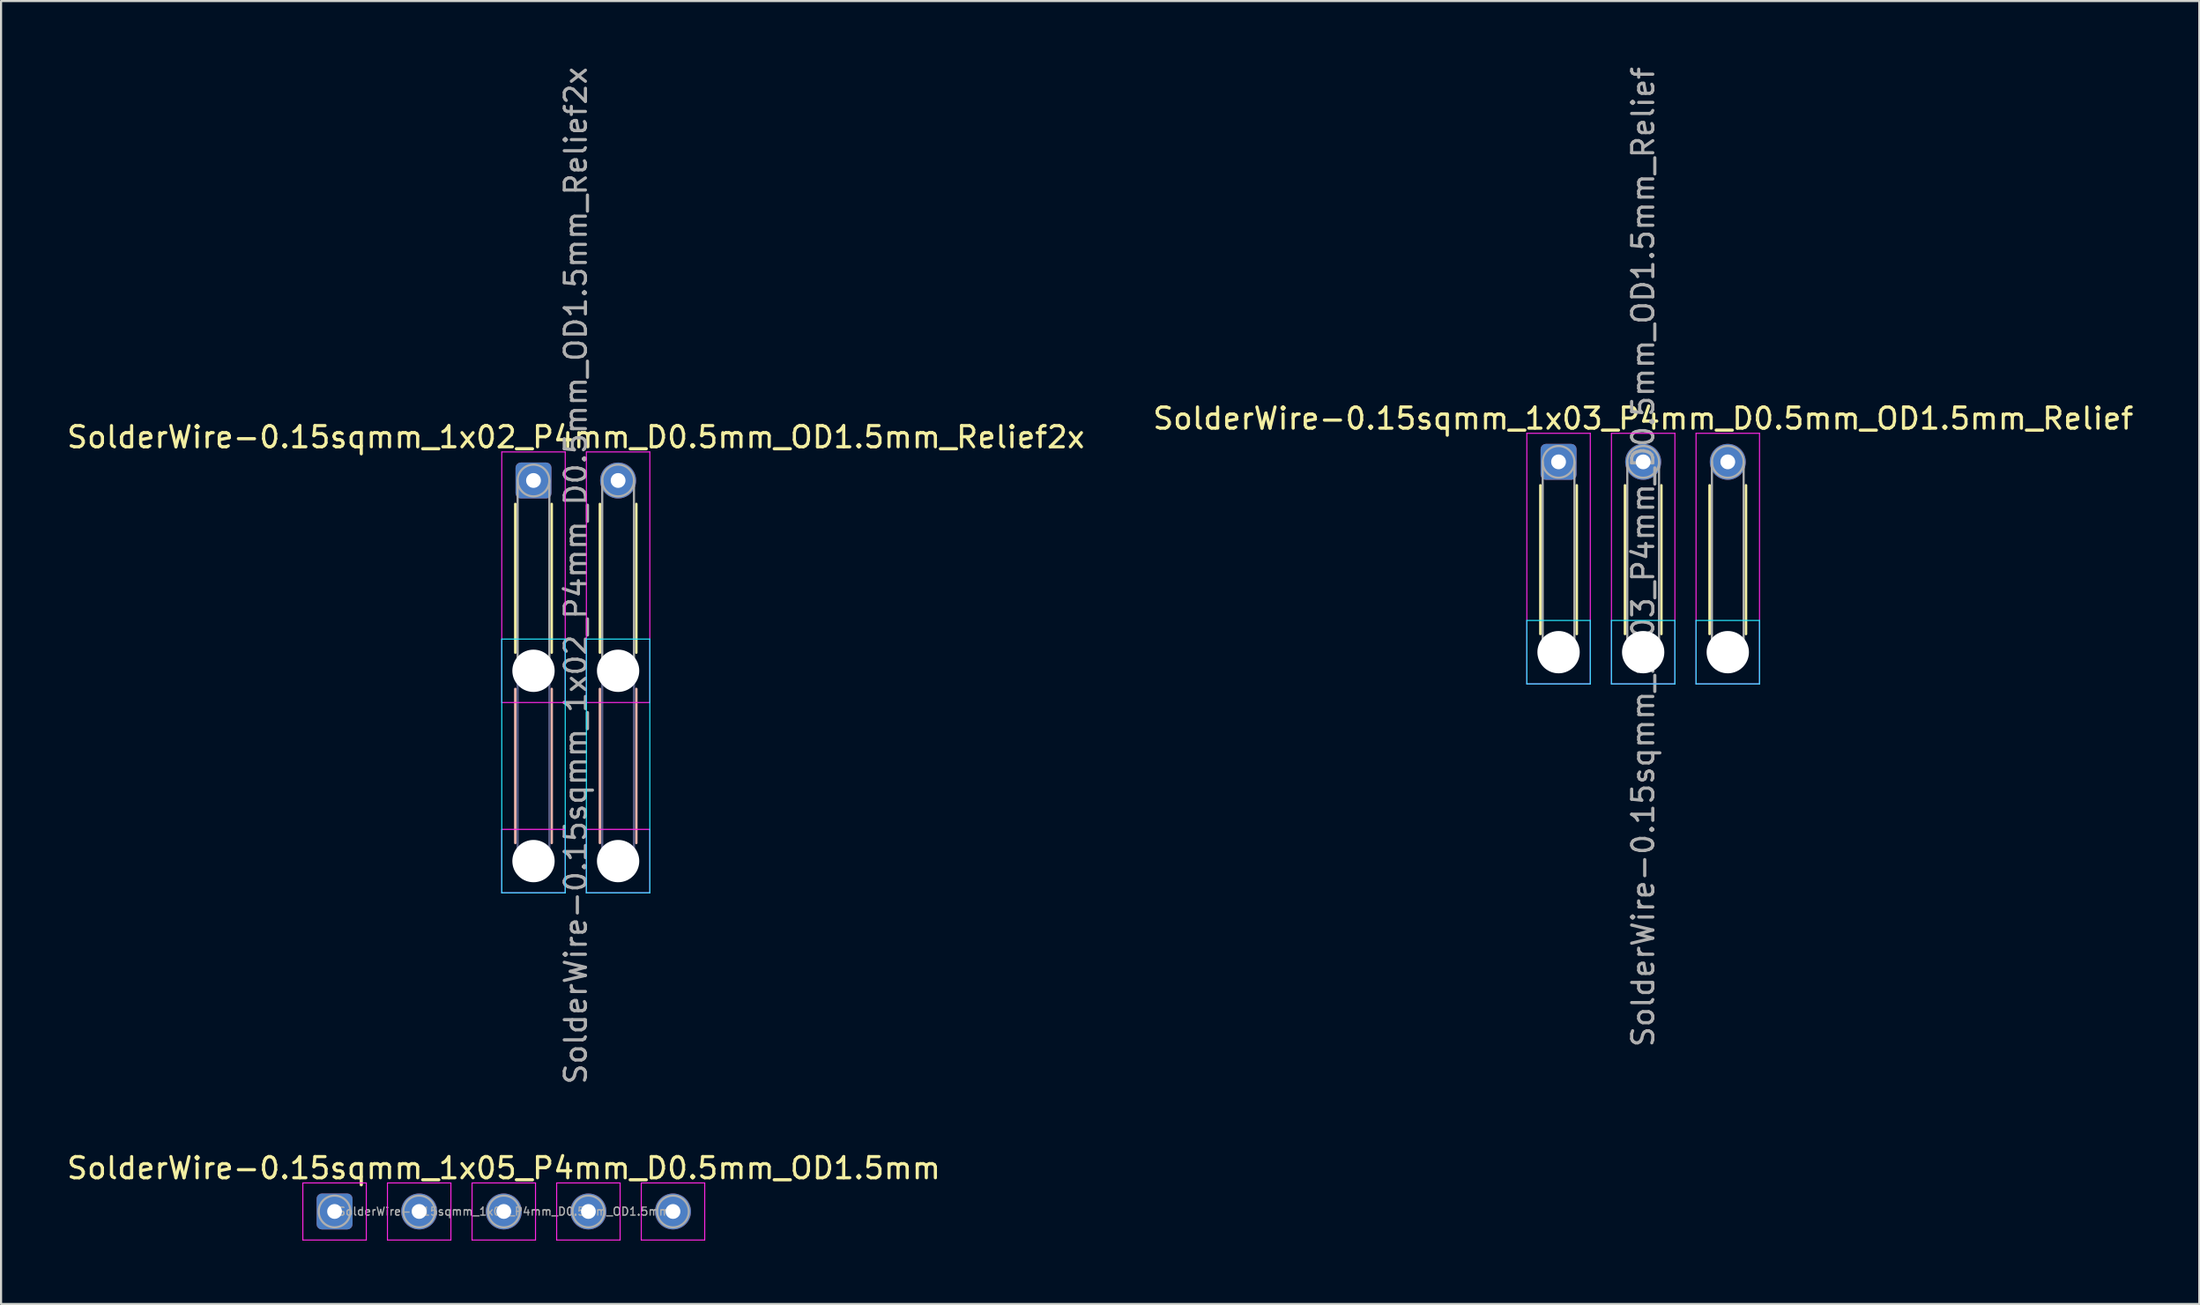
<source format=kicad_pcb>
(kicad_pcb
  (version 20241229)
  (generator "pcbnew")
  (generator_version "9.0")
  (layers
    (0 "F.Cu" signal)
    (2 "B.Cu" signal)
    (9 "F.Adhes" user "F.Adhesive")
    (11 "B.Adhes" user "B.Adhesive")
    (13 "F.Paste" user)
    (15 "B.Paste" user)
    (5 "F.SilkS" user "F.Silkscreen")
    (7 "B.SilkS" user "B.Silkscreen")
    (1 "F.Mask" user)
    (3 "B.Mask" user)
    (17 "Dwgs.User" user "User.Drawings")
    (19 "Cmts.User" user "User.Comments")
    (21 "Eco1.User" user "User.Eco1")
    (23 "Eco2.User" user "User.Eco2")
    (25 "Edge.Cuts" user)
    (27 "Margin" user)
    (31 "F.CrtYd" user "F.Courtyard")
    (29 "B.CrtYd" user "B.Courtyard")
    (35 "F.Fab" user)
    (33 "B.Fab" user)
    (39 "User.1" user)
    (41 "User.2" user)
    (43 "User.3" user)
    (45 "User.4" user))
  (footprint "SolderWire-0.15sqmm_1x02_P4mm_D0.5mm_OD1.5mm_Relief2x"
    (layer "F.Cu")
    (at 22.173 19.673)
    (property "Reference" "SolderWire-0.15sqmm_1x02_P4mm_D0.5mm_OD1.5mm_Relief2x" (at 2 -2.05 0) (layer "F.SilkS") (effects (font (size 1 1) (thickness 0.15))))
    (attr exclude_from_pos_files exclude_from_bom)
    (fp_line (start -0.86 1.11) (end -0.86 8.14) (stroke (width 0.12) (type solid)) (layer "F.SilkS"))
    (fp_line (start 0.86 1.11) (end 0.86 8.14) (stroke (width 0.12) (type solid)) (layer "F.SilkS"))
    (fp_line (start 3.14 1.11) (end 3.14 8.14) (stroke (width 0.12) (type solid)) (layer "F.SilkS"))
    (fp_line (start 4.86 1.11) (end 4.86 8.14) (stroke (width 0.12) (type solid)) (layer "F.SilkS"))
    (fp_line (start -0.86 9.86) (end -0.86 17.14) (stroke (width 0.12) (type solid)) (layer "B.SilkS"))
    (fp_line (start 0.86 9.86) (end 0.86 17.14) (stroke (width 0.12) (type solid)) (layer "B.SilkS"))
    (fp_line (start 3.14 9.86) (end 3.14 17.14) (stroke (width 0.12) (type solid)) (layer "B.SilkS"))
    (fp_line (start 4.86 9.86) (end 4.86 17.14) (stroke (width 0.12) (type solid)) (layer "B.SilkS"))
    (fp_line (start -1.5 7.5) (end -1.5 19.5) (stroke (width 0.05) (type solid)) (layer "B.CrtYd"))
    (fp_line (start -1.5 19.5) (end 1.5 19.5) (stroke (width 0.05) (type solid)) (layer "B.CrtYd"))
    (fp_line (start 1.5 7.5) (end -1.5 7.5) (stroke (width 0.05) (type solid)) (layer "B.CrtYd"))
    (fp_line (start 1.5 19.5) (end 1.5 7.5) (stroke (width 0.05) (type solid)) (layer "B.CrtYd"))
    (fp_line (start 2.5 7.5) (end 2.5 19.5) (stroke (width 0.05) (type solid)) (layer "B.CrtYd"))
    (fp_line (start 2.5 19.5) (end 5.5 19.5) (stroke (width 0.05) (type solid)) (layer "B.CrtYd"))
    (fp_line (start 5.5 7.5) (end 2.5 7.5) (stroke (width 0.05) (type solid)) (layer "B.CrtYd"))
    (fp_line (start 5.5 19.5) (end 5.5 7.5) (stroke (width 0.05) (type solid)) (layer "B.CrtYd"))
    (fp_line (start -1.5 -1.35) (end -1.5 10.5) (stroke (width 0.05) (type solid)) (layer "F.CrtYd"))
    (fp_line (start -1.5 10.5) (end 1.5 10.5) (stroke (width 0.05) (type solid)) (layer "F.CrtYd"))
    (fp_line (start -1.5 16.5) (end -1.5 19.5) (stroke (width 0.05) (type solid)) (layer "F.CrtYd"))
    (fp_line (start -1.5 19.5) (end 1.5 19.5) (stroke (width 0.05) (type solid)) (layer "F.CrtYd"))
    (fp_line (start 1.5 -1.35) (end -1.5 -1.35) (stroke (width 0.05) (type solid)) (layer "F.CrtYd"))
    (fp_line (start 1.5 10.5) (end 1.5 -1.35) (stroke (width 0.05) (type solid)) (layer "F.CrtYd"))
    (fp_line (start 1.5 16.5) (end -1.5 16.5) (stroke (width 0.05) (type solid)) (layer "F.CrtYd"))
    (fp_line (start 1.5 19.5) (end 1.5 16.5) (stroke (width 0.05) (type solid)) (layer "F.CrtYd"))
    (fp_line (start 2.5 -1.35) (end 2.5 10.5) (stroke (width 0.05) (type solid)) (layer "F.CrtYd"))
    (fp_line (start 2.5 10.5) (end 5.5 10.5) (stroke (width 0.05) (type solid)) (layer "F.CrtYd"))
    (fp_line (start 2.5 16.5) (end 2.5 19.5) (stroke (width 0.05) (type solid)) (layer "F.CrtYd"))
    (fp_line (start 2.5 19.5) (end 5.5 19.5) (stroke (width 0.05) (type solid)) (layer "F.CrtYd"))
    (fp_line (start 5.5 -1.35) (end 2.5 -1.35) (stroke (width 0.05) (type solid)) (layer "F.CrtYd"))
    (fp_line (start 5.5 10.5) (end 5.5 -1.35) (stroke (width 0.05) (type solid)) (layer "F.CrtYd"))
    (fp_line (start 5.5 16.5) (end 2.5 16.5) (stroke (width 0.05) (type solid)) (layer "F.CrtYd"))
    (fp_line (start 5.5 19.5) (end 5.5 16.5) (stroke (width 0.05) (type solid)) (layer "F.CrtYd"))
    (fp_line (start -0.75 9) (end -0.75 18) (stroke (width 0.1) (type solid)) (layer "B.Fab"))
    (fp_line (start 0.75 9) (end 0.75 18) (stroke (width 0.1) (type solid)) (layer "B.Fab"))
    (fp_line (start 3.25 9) (end 3.25 18) (stroke (width 0.1) (type solid)) (layer "B.Fab"))
    (fp_line (start 4.75 9) (end 4.75 18) (stroke (width 0.1) (type solid)) (layer "B.Fab"))
    (fp_circle (center 0 9) (end 0.75 9) (stroke (width 0.1) (type solid)) (fill no) (layer "B.Fab"))
    (fp_circle (center 0 18) (end 0.75 18) (stroke (width 0.1) (type solid)) (fill no) (layer "B.Fab"))
    (fp_circle (center 4 9) (end 4.75 9) (stroke (width 0.1) (type solid)) (fill no) (layer "B.Fab"))
    (fp_circle (center 4 18) (end 4.75 18) (stroke (width 0.1) (type solid)) (fill no) (layer "B.Fab"))
    (fp_line (start -0.75 0) (end -0.75 9) (stroke (width 0.1) (type solid)) (layer "F.Fab"))
    (fp_line (start 0.75 0) (end 0.75 9) (stroke (width 0.1) (type solid)) (layer "F.Fab"))
    (fp_line (start 3.25 0) (end 3.25 9) (stroke (width 0.1) (type solid)) (layer "F.Fab"))
    (fp_line (start 4.75 0) (end 4.75 9) (stroke (width 0.1) (type solid)) (layer "F.Fab"))
    (fp_circle (center 0 0) (end 0.75 0) (stroke (width 0.1) (type solid)) (fill no) (layer "F.Fab"))
    (fp_circle (center 0 9) (end 0.75 9) (stroke (width 0.1) (type solid)) (fill no) (layer "F.Fab"))
    (fp_circle (center 0 18) (end 0.75 18) (stroke (width 0.1) (type solid)) (fill no) (layer "F.Fab"))
    (fp_circle (center 4 0) (end 4.75 0) (stroke (width 0.1) (type solid)) (fill no) (layer "F.Fab"))
    (fp_circle (center 4 9) (end 4.75 9) (stroke (width 0.1) (type solid)) (fill no) (layer "F.Fab"))
    (fp_circle (center 4 18) (end 4.75 18) (stroke (width 0.1) (type solid)) (fill no) (layer "F.Fab"))
    (fp_text user "${REFERENCE}" (at 2 4.5 90) (layer "F.Fab") (effects (font (size 1 1) (thickness 0.15))))
    (pad "" np_thru_hole circle (at 0 9) (size 2 2) (drill 2) (layers "*.Cu" "*.Mask"))
    (pad "" np_thru_hole circle (at 0 18) (size 2 2) (drill 2) (layers "*.Cu" "*.Mask"))
    (pad "" np_thru_hole circle (at 4 9) (size 2 2) (drill 2) (layers "*.Cu" "*.Mask"))
    (pad "" np_thru_hole circle (at 4 18) (size 2 2) (drill 2) (layers "*.Cu" "*.Mask"))
    (pad "1" thru_hole roundrect (at 0 0) (size 1.7 1.7) (drill 0.7) (layers "*.Cu" "*.Mask") (roundrect_rratio 0.147))
    (pad "2" thru_hole circle (at 4 0) (size 1.7 1.7) (drill 0.7) (layers "*.Cu" "*.Mask")))
  (footprint "SolderWire-0.15sqmm_1x05_P4mm_D0.5mm_OD1.5mm"
    (layer "F.Cu")
    (at 12.768 54.243)
    (property "Reference" "SolderWire-0.15sqmm_1x05_P4mm_D0.5mm_OD1.5mm" (at 8 -2.05 0) (layer "F.SilkS") (effects (font (size 1 1) (thickness 0.15))))
    (attr exclude_from_pos_files exclude_from_bom)
    (fp_line (start -1.5 -1.35) (end -1.5 1.35) (stroke (width 0.05) (type solid)) (layer "F.CrtYd"))
    (fp_line (start -1.5 1.35) (end 1.5 1.35) (stroke (width 0.05) (type solid)) (layer "F.CrtYd"))
    (fp_line (start 1.5 -1.35) (end -1.5 -1.35) (stroke (width 0.05) (type solid)) (layer "F.CrtYd"))
    (fp_line (start 1.5 1.35) (end 1.5 -1.35) (stroke (width 0.05) (type solid)) (layer "F.CrtYd"))
    (fp_line (start 2.5 -1.35) (end 2.5 1.35) (stroke (width 0.05) (type solid)) (layer "F.CrtYd"))
    (fp_line (start 2.5 1.35) (end 5.5 1.35) (stroke (width 0.05) (type solid)) (layer "F.CrtYd"))
    (fp_line (start 5.5 -1.35) (end 2.5 -1.35) (stroke (width 0.05) (type solid)) (layer "F.CrtYd"))
    (fp_line (start 5.5 1.35) (end 5.5 -1.35) (stroke (width 0.05) (type solid)) (layer "F.CrtYd"))
    (fp_line (start 6.5 -1.35) (end 6.5 1.35) (stroke (width 0.05) (type solid)) (layer "F.CrtYd"))
    (fp_line (start 6.5 1.35) (end 9.5 1.35) (stroke (width 0.05) (type solid)) (layer "F.CrtYd"))
    (fp_line (start 9.5 -1.35) (end 6.5 -1.35) (stroke (width 0.05) (type solid)) (layer "F.CrtYd"))
    (fp_line (start 9.5 1.35) (end 9.5 -1.35) (stroke (width 0.05) (type solid)) (layer "F.CrtYd"))
    (fp_line (start 10.5 -1.35) (end 10.5 1.35) (stroke (width 0.05) (type solid)) (layer "F.CrtYd"))
    (fp_line (start 10.5 1.35) (end 13.5 1.35) (stroke (width 0.05) (type solid)) (layer "F.CrtYd"))
    (fp_line (start 13.5 -1.35) (end 10.5 -1.35) (stroke (width 0.05) (type solid)) (layer "F.CrtYd"))
    (fp_line (start 13.5 1.35) (end 13.5 -1.35) (stroke (width 0.05) (type solid)) (layer "F.CrtYd"))
    (fp_line (start 14.5 -1.35) (end 14.5 1.35) (stroke (width 0.05) (type solid)) (layer "F.CrtYd"))
    (fp_line (start 14.5 1.35) (end 17.5 1.35) (stroke (width 0.05) (type solid)) (layer "F.CrtYd"))
    (fp_line (start 17.5 -1.35) (end 14.5 -1.35) (stroke (width 0.05) (type solid)) (layer "F.CrtYd"))
    (fp_line (start 17.5 1.35) (end 17.5 -1.35) (stroke (width 0.05) (type solid)) (layer "F.CrtYd"))
    (fp_circle (center 0 0) (end 0.75 0) (stroke (width 0.1) (type solid)) (fill no) (layer "F.Fab"))
    (fp_circle (center 4 0) (end 4.75 0) (stroke (width 0.1) (type solid)) (fill no) (layer "F.Fab"))
    (fp_circle (center 8 0) (end 8.75 0) (stroke (width 0.1) (type solid)) (fill no) (layer "F.Fab"))
    (fp_circle (center 12 0) (end 12.75 0) (stroke (width 0.1) (type solid)) (fill no) (layer "F.Fab"))
    (fp_circle (center 16 0) (end 16.75 0) (stroke (width 0.1) (type solid)) (fill no) (layer "F.Fab"))
    (fp_text user "${REFERENCE}" (at 8 0 0) (layer "F.Fab") (effects (font (size 0.38 0.38) (thickness 0.06))))
    (pad "1" thru_hole roundrect (at 0 0) (size 1.7 1.7) (drill 0.7) (layers "*.Cu" "*.Mask") (roundrect_rratio 0.147))
    (pad "2" thru_hole circle (at 4 0) (size 1.7 1.7) (drill 0.7) (layers "*.Cu" "*.Mask"))
    (pad "3" thru_hole circle (at 8 0) (size 1.7 1.7) (drill 0.7) (layers "*.Cu" "*.Mask"))
    (pad "4" thru_hole circle (at 12 0) (size 1.7 1.7) (drill 0.7) (layers "*.Cu" "*.Mask"))
    (pad "5" thru_hole circle (at 16 0) (size 1.7 1.7) (drill 0.7) (layers "*.Cu" "*.Mask")))
  (footprint "SolderWire-0.15sqmm_1x03_P4mm_D0.5mm_OD1.5mm_Relief"
    (layer "F.Cu")
    (at 70.637 18.792)
    (property "Reference" "SolderWire-0.15sqmm_1x03_P4mm_D0.5mm_OD1.5mm_Relief" (at 4 -2.05 0) (layer "F.SilkS") (effects (font (size 1 1) (thickness 0.15))))
    (attr exclude_from_pos_files exclude_from_bom)
    (fp_line (start -0.86 1.11) (end -0.86 8.14) (stroke (width 0.12) (type solid)) (layer "F.SilkS"))
    (fp_line (start 0.86 1.11) (end 0.86 8.14) (stroke (width 0.12) (type solid)) (layer "F.SilkS"))
    (fp_line (start 3.14 1.11) (end 3.14 8.14) (stroke (width 0.12) (type solid)) (layer "F.SilkS"))
    (fp_line (start 4.86 1.11) (end 4.86 8.14) (stroke (width 0.12) (type solid)) (layer "F.SilkS"))
    (fp_line (start 7.14 1.11) (end 7.14 8.14) (stroke (width 0.12) (type solid)) (layer "F.SilkS"))
    (fp_line (start 8.86 1.11) (end 8.86 8.14) (stroke (width 0.12) (type solid)) (layer "F.SilkS"))
    (fp_line (start -1.5 7.5) (end -1.5 10.5) (stroke (width 0.05) (type solid)) (layer "B.CrtYd"))
    (fp_line (start -1.5 10.5) (end 1.5 10.5) (stroke (width 0.05) (type solid)) (layer "B.CrtYd"))
    (fp_line (start 1.5 7.5) (end -1.5 7.5) (stroke (width 0.05) (type solid)) (layer "B.CrtYd"))
    (fp_line (start 1.5 10.5) (end 1.5 7.5) (stroke (width 0.05) (type solid)) (layer "B.CrtYd"))
    (fp_line (start 2.5 7.5) (end 2.5 10.5) (stroke (width 0.05) (type solid)) (layer "B.CrtYd"))
    (fp_line (start 2.5 10.5) (end 5.5 10.5) (stroke (width 0.05) (type solid)) (layer "B.CrtYd"))
    (fp_line (start 5.5 7.5) (end 2.5 7.5) (stroke (width 0.05) (type solid)) (layer "B.CrtYd"))
    (fp_line (start 5.5 10.5) (end 5.5 7.5) (stroke (width 0.05) (type solid)) (layer "B.CrtYd"))
    (fp_line (start 6.5 7.5) (end 6.5 10.5) (stroke (width 0.05) (type solid)) (layer "B.CrtYd"))
    (fp_line (start 6.5 10.5) (end 9.5 10.5) (stroke (width 0.05) (type solid)) (layer "B.CrtYd"))
    (fp_line (start 9.5 7.5) (end 6.5 7.5) (stroke (width 0.05) (type solid)) (layer "B.CrtYd"))
    (fp_line (start 9.5 10.5) (end 9.5 7.5) (stroke (width 0.05) (type solid)) (layer "B.CrtYd"))
    (fp_line (start -1.5 -1.35) (end -1.5 10.5) (stroke (width 0.05) (type solid)) (layer "F.CrtYd"))
    (fp_line (start -1.5 10.5) (end 1.5 10.5) (stroke (width 0.05) (type solid)) (layer "F.CrtYd"))
    (fp_line (start 1.5 -1.35) (end -1.5 -1.35) (stroke (width 0.05) (type solid)) (layer "F.CrtYd"))
    (fp_line (start 1.5 10.5) (end 1.5 -1.35) (stroke (width 0.05) (type solid)) (layer "F.CrtYd"))
    (fp_line (start 2.5 -1.35) (end 2.5 10.5) (stroke (width 0.05) (type solid)) (layer "F.CrtYd"))
    (fp_line (start 2.5 10.5) (end 5.5 10.5) (stroke (width 0.05) (type solid)) (layer "F.CrtYd"))
    (fp_line (start 5.5 -1.35) (end 2.5 -1.35) (stroke (width 0.05) (type solid)) (layer "F.CrtYd"))
    (fp_line (start 5.5 10.5) (end 5.5 -1.35) (stroke (width 0.05) (type solid)) (layer "F.CrtYd"))
    (fp_line (start 6.5 -1.35) (end 6.5 10.5) (stroke (width 0.05) (type solid)) (layer "F.CrtYd"))
    (fp_line (start 6.5 10.5) (end 9.5 10.5) (stroke (width 0.05) (type solid)) (layer "F.CrtYd"))
    (fp_line (start 9.5 -1.35) (end 6.5 -1.35) (stroke (width 0.05) (type solid)) (layer "F.CrtYd"))
    (fp_line (start 9.5 10.5) (end 9.5 -1.35) (stroke (width 0.05) (type solid)) (layer "F.CrtYd"))
    (fp_line (start -0.75 0) (end -0.75 9) (stroke (width 0.1) (type solid)) (layer "F.Fab"))
    (fp_line (start 0.75 0) (end 0.75 9) (stroke (width 0.1) (type solid)) (layer "F.Fab"))
    (fp_line (start 3.25 0) (end 3.25 9) (stroke (width 0.1) (type solid)) (layer "F.Fab"))
    (fp_line (start 4.75 0) (end 4.75 9) (stroke (width 0.1) (type solid)) (layer "F.Fab"))
    (fp_line (start 7.25 0) (end 7.25 9) (stroke (width 0.1) (type solid)) (layer "F.Fab"))
    (fp_line (start 8.75 0) (end 8.75 9) (stroke (width 0.1) (type solid)) (layer "F.Fab"))
    (fp_circle (center 0 0) (end 0.75 0) (stroke (width 0.1) (type solid)) (fill no) (layer "F.Fab"))
    (fp_circle (center 0 9) (end 0.75 9) (stroke (width 0.1) (type solid)) (fill no) (layer "F.Fab"))
    (fp_circle (center 4 0) (end 4.75 0) (stroke (width 0.1) (type solid)) (fill no) (layer "F.Fab"))
    (fp_circle (center 4 9) (end 4.75 9) (stroke (width 0.1) (type solid)) (fill no) (layer "F.Fab"))
    (fp_circle (center 8 0) (end 8.75 0) (stroke (width 0.1) (type solid)) (fill no) (layer "F.Fab"))
    (fp_circle (center 8 9) (end 8.75 9) (stroke (width 0.1) (type solid)) (fill no) (layer "F.Fab"))
    (fp_text user "${REFERENCE}" (at 4 4.5 90) (layer "F.Fab") (effects (font (size 1 1) (thickness 0.15))))
    (pad "" np_thru_hole circle (at 0 9) (size 2 2) (drill 2) (layers "*.Cu" "*.Mask"))
    (pad "" np_thru_hole circle (at 4 9) (size 2 2) (drill 2) (layers "*.Cu" "*.Mask"))
    (pad "" np_thru_hole circle (at 8 9) (size 2 2) (drill 2) (layers "*.Cu" "*.Mask"))
    (pad "1" thru_hole roundrect (at 0 0) (size 1.7 1.7) (drill 0.7) (layers "*.Cu" "*.Mask") (roundrect_rratio 0.147))
    (pad "2" thru_hole circle (at 4 0) (size 1.7 1.7) (drill 0.7) (layers "*.Cu" "*.Mask"))
    (pad "3" thru_hole circle (at 8 0) (size 1.7 1.7) (drill 0.7) (layers "*.Cu" "*.Mask")))
  (gr_rect
    (start -3 -3)
    (end 100.929 58.618)
    (stroke (width 0.1) (type default))
    (fill no)
    (layer "Edge.Cuts")))
</source>
